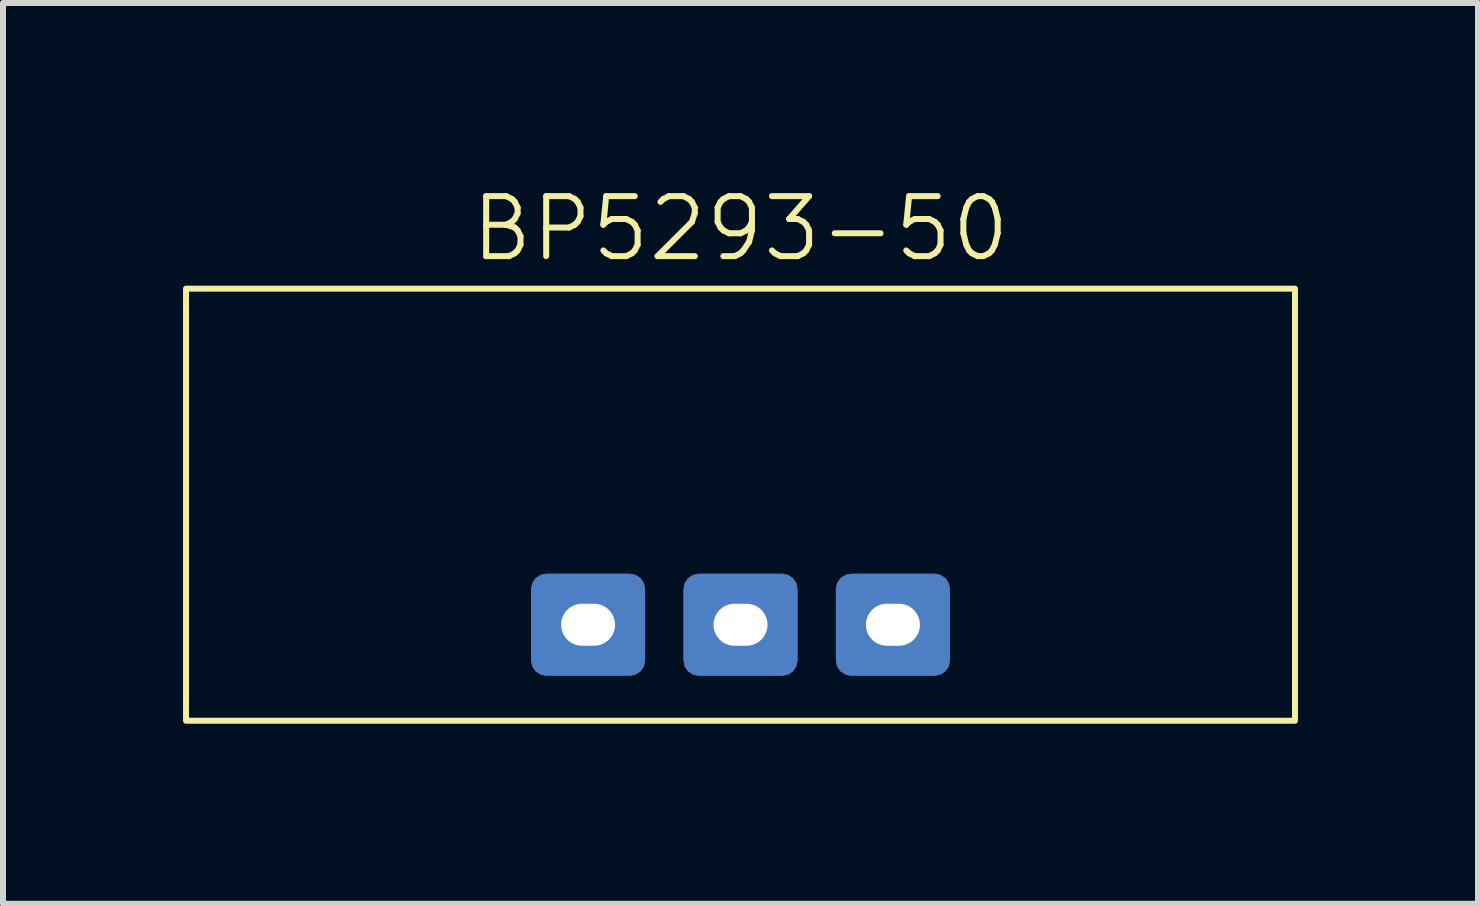
<source format=kicad_pcb>
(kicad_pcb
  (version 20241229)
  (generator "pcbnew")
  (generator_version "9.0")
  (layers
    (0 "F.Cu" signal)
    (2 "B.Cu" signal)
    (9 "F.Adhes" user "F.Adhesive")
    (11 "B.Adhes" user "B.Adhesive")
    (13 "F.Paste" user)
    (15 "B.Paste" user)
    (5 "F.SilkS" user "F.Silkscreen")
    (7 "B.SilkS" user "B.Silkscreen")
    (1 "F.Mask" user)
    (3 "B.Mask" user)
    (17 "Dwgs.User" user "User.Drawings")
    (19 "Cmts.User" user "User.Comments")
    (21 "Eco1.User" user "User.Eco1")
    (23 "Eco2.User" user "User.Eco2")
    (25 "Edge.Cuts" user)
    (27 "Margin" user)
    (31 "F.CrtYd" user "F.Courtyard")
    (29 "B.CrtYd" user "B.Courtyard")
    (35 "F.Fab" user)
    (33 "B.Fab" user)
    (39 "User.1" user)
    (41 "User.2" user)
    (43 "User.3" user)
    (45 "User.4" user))
  (footprint "BP5293-50"
    (layer "F.Cu")
    (at 9.29 7.361)
    (property "Reference" "BP5293-50" (at 0 -6.6 0) (unlocked yes) (layer "F.SilkS") (effects (font (size 1 1) (thickness 0.1))))
    (attr smd)
    (fp_rect (start -9.24 -5.6) (end 9.24 1.6) (stroke (width 0.1) (type solid)) (fill no) (layer "F.SilkS"))
    (pad "1" thru_hole roundrect (at -2.54 0) (size 1.9 1.7) (drill oval 0.9 0.7) (layers "*.Cu" "*.Mask") (roundrect_rratio 0.15))
    (pad "2" thru_hole roundrect (at 0 0) (size 1.9 1.7) (drill oval 0.9 0.7) (layers "*.Cu" "*.Mask") (roundrect_rratio 0.15))
    (pad "3" thru_hole roundrect (at 2.54 0) (size 1.9 1.7) (drill oval 0.9 0.7) (layers "*.Cu" "*.Mask") (roundrect_rratio 0.15)))
  (gr_rect
    (start -3 -3)
    (end 21.58 12.011)
    (stroke (width 0.1) (type default))
    (fill no)
    (layer "Edge.Cuts")))
</source>
